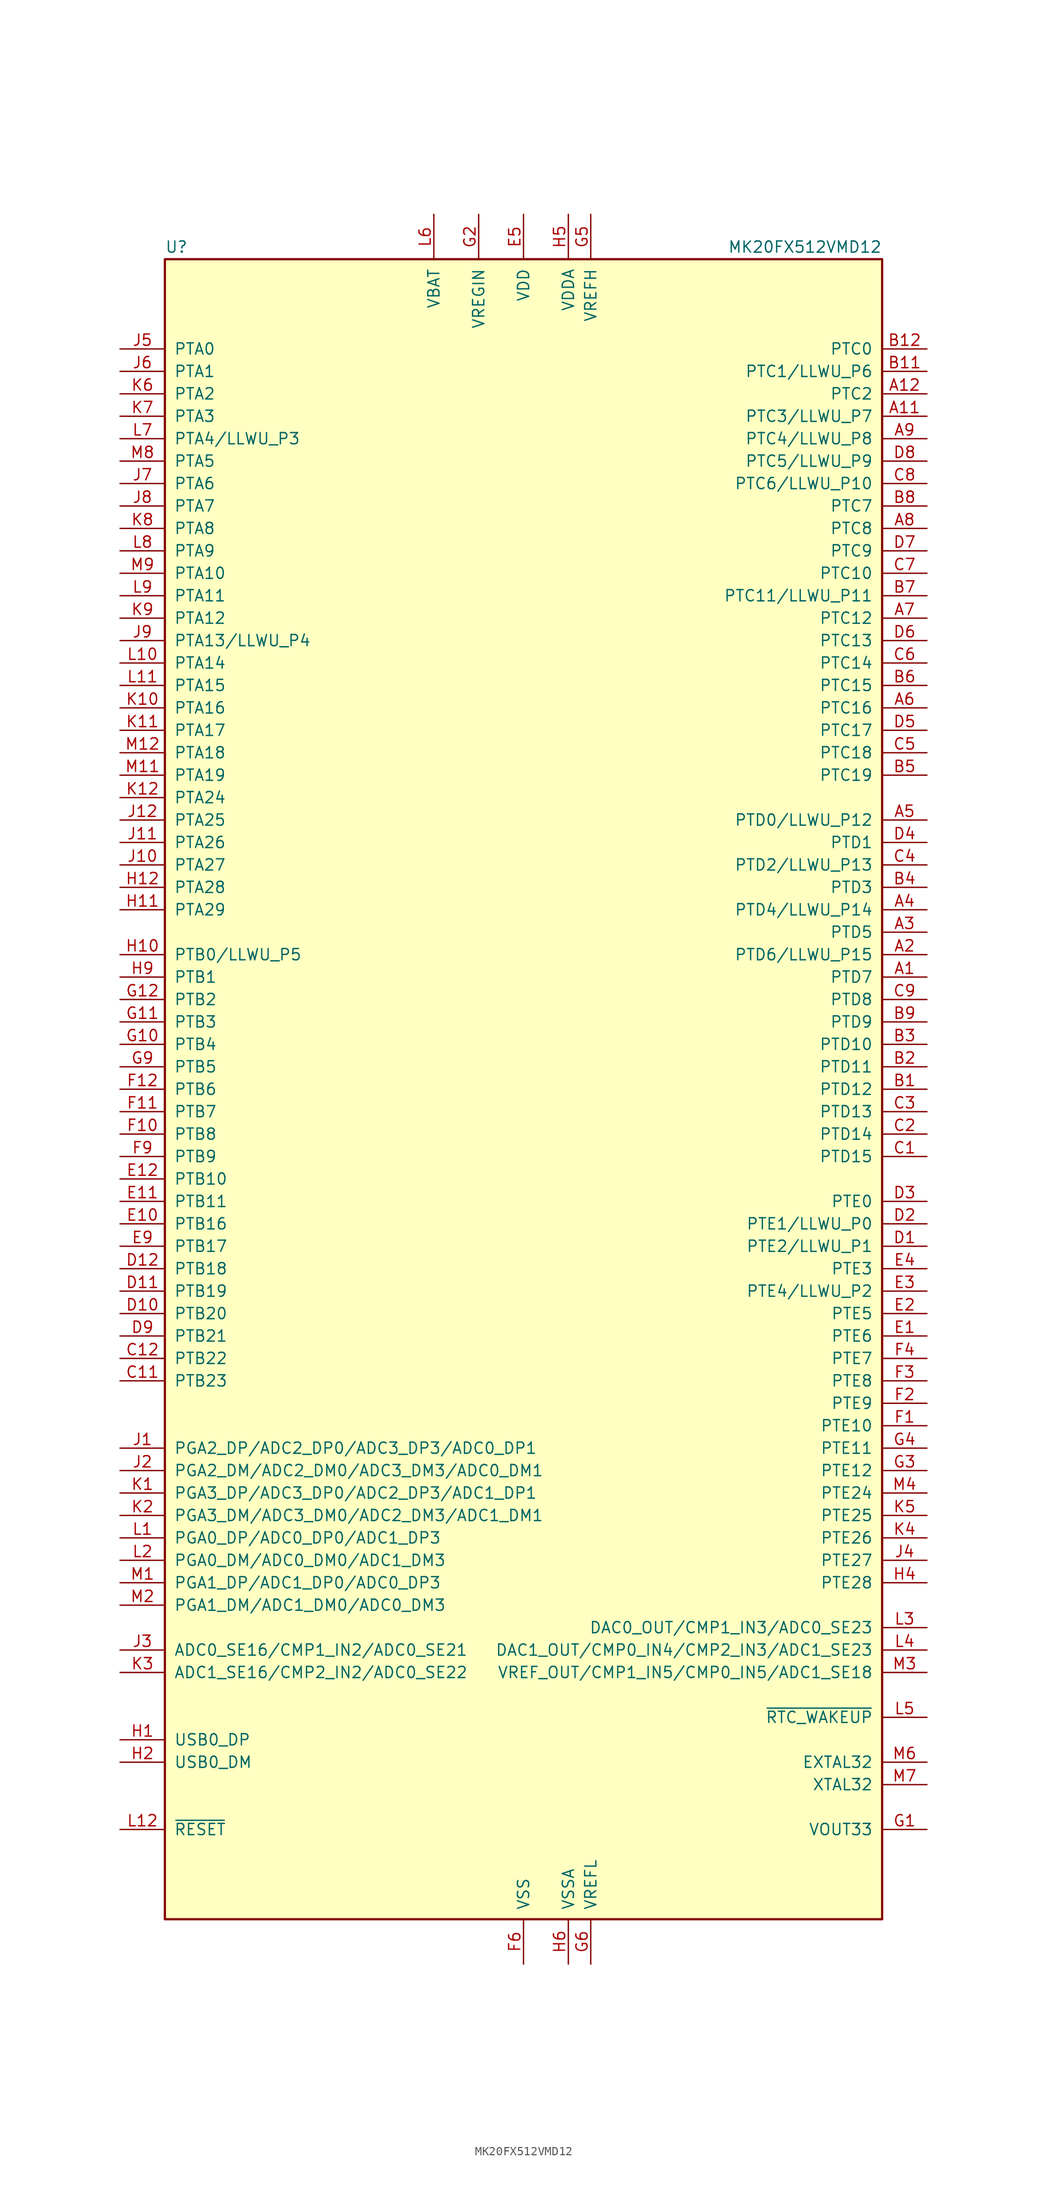
<source format=kicad_sym>
(kicad_symbol_lib
  (version 20211014)
  (generator kicad_symbol_editor)
  (symbol "MK20FX512VMD12"
    (pin_names
      (offset 1.016))
    (property "Reference" "U"
      (at -40.64 94.615 0)
      (effects (font (size 1.27 1.27)) (justify left bottom)))
    (property "Value" "MK20FX512VMD12"
      (at 40.64 94.615 0)
      (effects (font (size 1.27 1.27)) (justify right bottom)))
    (symbol "MK20FX512VMD12_0_1"
      (rectangle (start -40.64 93.98) (end 40.64 -93.98) (stroke (width 0.254) (type default) (color 0 0 0 0)) (fill (type background))))
    (symbol "MK20FX512VMD12_1_1"
      (pin bidirectional line (at 45.72 12.7 180) (length 5.08) (name "PTD7" (effects (font (size 1.27 1.27)))) (number "A1" (effects (font (size 1.27 1.27)))))
      (pin no_connect line (at -12.7 -99.06 90) (length 5.08) hide (name "NC" (effects (font (size 1.27 1.27)))) (number "A10" (effects (font (size 1.27 1.27)))))
      (pin bidirectional line (at 45.72 76.2 180) (length 5.08) (name "PTC3/LLWU_P7" (effects (font (size 1.27 1.27)))) (number "A11" (effects (font (size 1.27 1.27)))))
      (pin bidirectional line (at 45.72 78.74 180) (length 5.08) (name "PTC2" (effects (font (size 1.27 1.27)))) (number "A12" (effects (font (size 1.27 1.27)))))
      (pin bidirectional line (at 45.72 15.24 180) (length 5.08) (name "PTD6/LLWU_P15" (effects (font (size 1.27 1.27)))) (number "A2" (effects (font (size 1.27 1.27)))))
      (pin bidirectional line (at 45.72 17.78 180) (length 5.08) (name "PTD5" (effects (font (size 1.27 1.27)))) (number "A3" (effects (font (size 1.27 1.27)))))
      (pin bidirectional line (at 45.72 20.32 180) (length 5.08) (name "PTD4/LLWU_P14" (effects (font (size 1.27 1.27)))) (number "A4" (effects (font (size 1.27 1.27)))))
      (pin bidirectional line (at 45.72 30.48 180) (length 5.08) (name "PTD0/LLWU_P12" (effects (font (size 1.27 1.27)))) (number "A5" (effects (font (size 1.27 1.27)))))
      (pin bidirectional line (at 45.72 43.18 180) (length 5.08) (name "PTC16" (effects (font (size 1.27 1.27)))) (number "A6" (effects (font (size 1.27 1.27)))))
      (pin bidirectional line (at 45.72 53.34 180) (length 5.08) (name "PTC12" (effects (font (size 1.27 1.27)))) (number "A7" (effects (font (size 1.27 1.27)))))
      (pin bidirectional line (at 45.72 63.5 180) (length 5.08) (name "PTC8" (effects (font (size 1.27 1.27)))) (number "A8" (effects (font (size 1.27 1.27)))))
      (pin bidirectional line (at 45.72 73.66 180) (length 5.08) (name "PTC4/LLWU_P8" (effects (font (size 1.27 1.27)))) (number "A9" (effects (font (size 1.27 1.27)))))
      (pin bidirectional line (at 45.72 0 180) (length 5.08) (name "PTD12" (effects (font (size 1.27 1.27)))) (number "B1" (effects (font (size 1.27 1.27)))))
      (pin no_connect line (at -10.16 -99.06 90) (length 5.08) hide (name "NC" (effects (font (size 1.27 1.27)))) (number "B10" (effects (font (size 1.27 1.27)))))
      (pin bidirectional line (at 45.72 81.28 180) (length 5.08) (name "PTC1/LLWU_P6" (effects (font (size 1.27 1.27)))) (number "B11" (effects (font (size 1.27 1.27)))))
      (pin bidirectional line (at 45.72 83.82 180) (length 5.08) (name "PTC0" (effects (font (size 1.27 1.27)))) (number "B12" (effects (font (size 1.27 1.27)))))
      (pin bidirectional line (at 45.72 2.54 180) (length 5.08) (name "PTD11" (effects (font (size 1.27 1.27)))) (number "B2" (effects (font (size 1.27 1.27)))))
      (pin bidirectional line (at 45.72 5.08 180) (length 5.08) (name "PTD10" (effects (font (size 1.27 1.27)))) (number "B3" (effects (font (size 1.27 1.27)))))
      (pin bidirectional line (at 45.72 22.86 180) (length 5.08) (name "PTD3" (effects (font (size 1.27 1.27)))) (number "B4" (effects (font (size 1.27 1.27)))))
      (pin bidirectional line (at 45.72 35.56 180) (length 5.08) (name "PTC19" (effects (font (size 1.27 1.27)))) (number "B5" (effects (font (size 1.27 1.27)))))
      (pin bidirectional line (at 45.72 45.72 180) (length 5.08) (name "PTC15" (effects (font (size 1.27 1.27)))) (number "B6" (effects (font (size 1.27 1.27)))))
      (pin bidirectional line (at 45.72 55.88 180) (length 5.08) (name "PTC11/LLWU_P11" (effects (font (size 1.27 1.27)))) (number "B7" (effects (font (size 1.27 1.27)))))
      (pin bidirectional line (at 45.72 66.04 180) (length 5.08) (name "PTC7" (effects (font (size 1.27 1.27)))) (number "B8" (effects (font (size 1.27 1.27)))))
      (pin bidirectional line (at 45.72 7.62 180) (length 5.08) (name "PTD9" (effects (font (size 1.27 1.27)))) (number "B9" (effects (font (size 1.27 1.27)))))
      (pin bidirectional line (at 45.72 -7.62 180) (length 5.08) (name "PTD15" (effects (font (size 1.27 1.27)))) (number "C1" (effects (font (size 1.27 1.27)))))
      (pin no_connect line (at -7.62 -99.06 90) (length 5.08) hide (name "NC" (effects (font (size 1.27 1.27)))) (number "C10" (effects (font (size 1.27 1.27)))))
      (pin bidirectional line (at -45.72 -33.02 0) (length 5.08) (name "PTB23" (effects (font (size 1.27 1.27)))) (number "C11" (effects (font (size 1.27 1.27)))))
      (pin bidirectional line (at -45.72 -30.48 0) (length 5.08) (name "PTB22" (effects (font (size 1.27 1.27)))) (number "C12" (effects (font (size 1.27 1.27)))))
      (pin bidirectional line (at 45.72 -5.08 180) (length 5.08) (name "PTD14" (effects (font (size 1.27 1.27)))) (number "C2" (effects (font (size 1.27 1.27)))))
      (pin bidirectional line (at 45.72 -2.54 180) (length 5.08) (name "PTD13" (effects (font (size 1.27 1.27)))) (number "C3" (effects (font (size 1.27 1.27)))))
      (pin bidirectional line (at 45.72 25.4 180) (length 5.08) (name "PTD2/LLWU_P13" (effects (font (size 1.27 1.27)))) (number "C4" (effects (font (size 1.27 1.27)))))
      (pin bidirectional line (at 45.72 38.1 180) (length 5.08) (name "PTC18" (effects (font (size 1.27 1.27)))) (number "C5" (effects (font (size 1.27 1.27)))))
      (pin bidirectional line (at 45.72 48.26 180) (length 5.08) (name "PTC14" (effects (font (size 1.27 1.27)))) (number "C6" (effects (font (size 1.27 1.27)))))
      (pin bidirectional line (at 45.72 58.42 180) (length 5.08) (name "PTC10" (effects (font (size 1.27 1.27)))) (number "C7" (effects (font (size 1.27 1.27)))))
      (pin bidirectional line (at 45.72 68.58 180) (length 5.08) (name "PTC6/LLWU_P10" (effects (font (size 1.27 1.27)))) (number "C8" (effects (font (size 1.27 1.27)))))
      (pin bidirectional line (at 45.72 10.16 180) (length 5.08) (name "PTD8" (effects (font (size 1.27 1.27)))) (number "C9" (effects (font (size 1.27 1.27)))))
      (pin bidirectional line (at 45.72 -17.78 180) (length 5.08) (name "PTE2/LLWU_P1" (effects (font (size 1.27 1.27)))) (number "D1" (effects (font (size 1.27 1.27)))))
      (pin bidirectional line (at -45.72 -25.4 0) (length 5.08) (name "PTB20" (effects (font (size 1.27 1.27)))) (number "D10" (effects (font (size 1.27 1.27)))))
      (pin bidirectional line (at -45.72 -22.86 0) (length 5.08) (name "PTB19" (effects (font (size 1.27 1.27)))) (number "D11" (effects (font (size 1.27 1.27)))))
      (pin bidirectional line (at -45.72 -20.32 0) (length 5.08) (name "PTB18" (effects (font (size 1.27 1.27)))) (number "D12" (effects (font (size 1.27 1.27)))))
      (pin bidirectional line (at 45.72 -15.24 180) (length 5.08) (name "PTE1/LLWU_P0" (effects (font (size 1.27 1.27)))) (number "D2" (effects (font (size 1.27 1.27)))))
      (pin bidirectional line (at 45.72 -12.7 180) (length 5.08) (name "PTE0" (effects (font (size 1.27 1.27)))) (number "D3" (effects (font (size 1.27 1.27)))))
      (pin bidirectional line (at 45.72 27.94 180) (length 5.08) (name "PTD1" (effects (font (size 1.27 1.27)))) (number "D4" (effects (font (size 1.27 1.27)))))
      (pin bidirectional line (at 45.72 40.64 180) (length 5.08) (name "PTC17" (effects (font (size 1.27 1.27)))) (number "D5" (effects (font (size 1.27 1.27)))))
      (pin bidirectional line (at 45.72 50.8 180) (length 5.08) (name "PTC13" (effects (font (size 1.27 1.27)))) (number "D6" (effects (font (size 1.27 1.27)))))
      (pin bidirectional line (at 45.72 60.96 180) (length 5.08) (name "PTC9" (effects (font (size 1.27 1.27)))) (number "D7" (effects (font (size 1.27 1.27)))))
      (pin bidirectional line (at 45.72 71.12 180) (length 5.08) (name "PTC5/LLWU_P9" (effects (font (size 1.27 1.27)))) (number "D8" (effects (font (size 1.27 1.27)))))
      (pin bidirectional line (at -45.72 -27.94 0) (length 5.08) (name "PTB21" (effects (font (size 1.27 1.27)))) (number "D9" (effects (font (size 1.27 1.27)))))
      (pin bidirectional line (at 45.72 -27.94 180) (length 5.08) (name "PTE6" (effects (font (size 1.27 1.27)))) (number "E1" (effects (font (size 1.27 1.27)))))
      (pin bidirectional line (at -45.72 -15.24 0) (length 5.08) (name "PTB16" (effects (font (size 1.27 1.27)))) (number "E10" (effects (font (size 1.27 1.27)))))
      (pin bidirectional line (at -45.72 -12.7 0) (length 5.08) (name "PTB11" (effects (font (size 1.27 1.27)))) (number "E11" (effects (font (size 1.27 1.27)))))
      (pin bidirectional line (at -45.72 -10.16 0) (length 5.08) (name "PTB10" (effects (font (size 1.27 1.27)))) (number "E12" (effects (font (size 1.27 1.27)))))
      (pin bidirectional line (at 45.72 -25.4 180) (length 5.08) (name "PTE5" (effects (font (size 1.27 1.27)))) (number "E2" (effects (font (size 1.27 1.27)))))
      (pin bidirectional line (at 45.72 -22.86 180) (length 5.08) (name "PTE4/LLWU_P2" (effects (font (size 1.27 1.27)))) (number "E3" (effects (font (size 1.27 1.27)))))
      (pin bidirectional line (at 45.72 -20.32 180) (length 5.08) (name "PTE3" (effects (font (size 1.27 1.27)))) (number "E4" (effects (font (size 1.27 1.27)))))
      (pin power_in line (at 0 99.06 270) (length 5.08) (name "VDD" (effects (font (size 1.27 1.27)))) (number "E5" (effects (font (size 1.27 1.27)))))
      (pin passive line (at 0 99.06 270) (length 5.08) hide (name "VDD" (effects (font (size 1.27 1.27)))) (number "E6" (effects (font (size 1.27 1.27)))))
      (pin passive line (at 0 99.06 270) (length 5.08) hide (name "VDD" (effects (font (size 1.27 1.27)))) (number "E7" (effects (font (size 1.27 1.27)))))
      (pin passive line (at 0 99.06 270) (length 5.08) hide (name "VDD" (effects (font (size 1.27 1.27)))) (number "E8" (effects (font (size 1.27 1.27)))))
      (pin bidirectional line (at -45.72 -17.78 0) (length 5.08) (name "PTB17" (effects (font (size 1.27 1.27)))) (number "E9" (effects (font (size 1.27 1.27)))))
      (pin bidirectional line (at 45.72 -38.1 180) (length 5.08) (name "PTE10" (effects (font (size 1.27 1.27)))) (number "F1" (effects (font (size 1.27 1.27)))))
      (pin bidirectional line (at -45.72 -5.08 0) (length 5.08) (name "PTB8" (effects (font (size 1.27 1.27)))) (number "F10" (effects (font (size 1.27 1.27)))))
      (pin bidirectional line (at -45.72 -2.54 0) (length 5.08) (name "PTB7" (effects (font (size 1.27 1.27)))) (number "F11" (effects (font (size 1.27 1.27)))))
      (pin bidirectional line (at -45.72 0 0) (length 5.08) (name "PTB6" (effects (font (size 1.27 1.27)))) (number "F12" (effects (font (size 1.27 1.27)))))
      (pin bidirectional line (at 45.72 -35.56 180) (length 5.08) (name "PTE9" (effects (font (size 1.27 1.27)))) (number "F2" (effects (font (size 1.27 1.27)))))
      (pin bidirectional line (at 45.72 -33.02 180) (length 5.08) (name "PTE8" (effects (font (size 1.27 1.27)))) (number "F3" (effects (font (size 1.27 1.27)))))
      (pin bidirectional line (at 45.72 -30.48 180) (length 5.08) (name "PTE7" (effects (font (size 1.27 1.27)))) (number "F4" (effects (font (size 1.27 1.27)))))
      (pin passive line (at 0 99.06 270) (length 5.08) hide (name "VDD" (effects (font (size 1.27 1.27)))) (number "F5" (effects (font (size 1.27 1.27)))))
      (pin power_in line (at 0 -99.06 90) (length 5.08) (name "VSS" (effects (font (size 1.27 1.27)))) (number "F6" (effects (font (size 1.27 1.27)))))
      (pin passive line (at 0 -99.06 90) (length 5.08) hide (name "VSS" (effects (font (size 1.27 1.27)))) (number "F7" (effects (font (size 1.27 1.27)))))
      (pin passive line (at 0 99.06 270) (length 5.08) hide (name "VDD" (effects (font (size 1.27 1.27)))) (number "F8" (effects (font (size 1.27 1.27)))))
      (pin bidirectional line (at -45.72 -7.62 0) (length 5.08) (name "PTB9" (effects (font (size 1.27 1.27)))) (number "F9" (effects (font (size 1.27 1.27)))))
      (pin power_out line (at 45.72 -83.82 180) (length 5.08) (name "VOUT33" (effects (font (size 1.27 1.27)))) (number "G1" (effects (font (size 1.27 1.27)))))
      (pin bidirectional line (at -45.72 5.08 0) (length 5.08) (name "PTB4" (effects (font (size 1.27 1.27)))) (number "G10" (effects (font (size 1.27 1.27)))))
      (pin bidirectional line (at -45.72 7.62 0) (length 5.08) (name "PTB3" (effects (font (size 1.27 1.27)))) (number "G11" (effects (font (size 1.27 1.27)))))
      (pin bidirectional line (at -45.72 10.16 0) (length 5.08) (name "PTB2" (effects (font (size 1.27 1.27)))) (number "G12" (effects (font (size 1.27 1.27)))))
      (pin power_in line (at -5.08 99.06 270) (length 5.08) (name "VREGIN" (effects (font (size 1.27 1.27)))) (number "G2" (effects (font (size 1.27 1.27)))))
      (pin bidirectional line (at 45.72 -43.18 180) (length 5.08) (name "PTE12" (effects (font (size 1.27 1.27)))) (number "G3" (effects (font (size 1.27 1.27)))))
      (pin bidirectional line (at 45.72 -40.64 180) (length 5.08) (name "PTE11" (effects (font (size 1.27 1.27)))) (number "G4" (effects (font (size 1.27 1.27)))))
      (pin power_in line (at 7.62 99.06 270) (length 5.08) (name "VREFH" (effects (font (size 1.27 1.27)))) (number "G5" (effects (font (size 1.27 1.27)))))
      (pin power_in line (at 7.62 -99.06 90) (length 5.08) (name "VREFL" (effects (font (size 1.27 1.27)))) (number "G6" (effects (font (size 1.27 1.27)))))
      (pin passive line (at 0 -99.06 90) (length 5.08) hide (name "VSS" (effects (font (size 1.27 1.27)))) (number "G7" (effects (font (size 1.27 1.27)))))
      (pin passive line (at 0 -99.06 90) (length 5.08) hide (name "VSS" (effects (font (size 1.27 1.27)))) (number "G8" (effects (font (size 1.27 1.27)))))
      (pin bidirectional line (at -45.72 2.54 0) (length 5.08) (name "PTB5" (effects (font (size 1.27 1.27)))) (number "G9" (effects (font (size 1.27 1.27)))))
      (pin bidirectional line (at -45.72 -73.66 0) (length 5.08) (name "USB0_DP" (effects (font (size 1.27 1.27)))) (number "H1" (effects (font (size 1.27 1.27)))))
      (pin bidirectional line (at -45.72 15.24 0) (length 5.08) (name "PTB0/LLWU_P5" (effects (font (size 1.27 1.27)))) (number "H10" (effects (font (size 1.27 1.27)))))
      (pin bidirectional line (at -45.72 20.32 0) (length 5.08) (name "PTA29" (effects (font (size 1.27 1.27)))) (number "H11" (effects (font (size 1.27 1.27)))))
      (pin bidirectional line (at -45.72 22.86 0) (length 5.08) (name "PTA28" (effects (font (size 1.27 1.27)))) (number "H12" (effects (font (size 1.27 1.27)))))
      (pin bidirectional line (at -45.72 -76.2 0) (length 5.08) (name "USB0_DM" (effects (font (size 1.27 1.27)))) (number "H2" (effects (font (size 1.27 1.27)))))
      (pin passive line (at 0 -99.06 90) (length 5.08) hide (name "VSS" (effects (font (size 1.27 1.27)))) (number "H3" (effects (font (size 1.27 1.27)))))
      (pin bidirectional line (at 45.72 -55.88 180) (length 5.08) (name "PTE28" (effects (font (size 1.27 1.27)))) (number "H4" (effects (font (size 1.27 1.27)))))
      (pin power_in line (at 5.08 99.06 270) (length 5.08) (name "VDDA" (effects (font (size 1.27 1.27)))) (number "H5" (effects (font (size 1.27 1.27)))))
      (pin power_in line (at 5.08 -99.06 90) (length 5.08) (name "VSSA" (effects (font (size 1.27 1.27)))) (number "H6" (effects (font (size 1.27 1.27)))))
      (pin passive line (at 0 -99.06 90) (length 5.08) hide (name "VSS" (effects (font (size 1.27 1.27)))) (number "H7" (effects (font (size 1.27 1.27)))))
      (pin passive line (at 0 -99.06 90) (length 5.08) hide (name "VSS" (effects (font (size 1.27 1.27)))) (number "H8" (effects (font (size 1.27 1.27)))))
      (pin bidirectional line (at -45.72 12.7 0) (length 5.08) (name "PTB1" (effects (font (size 1.27 1.27)))) (number "H9" (effects (font (size 1.27 1.27)))))
      (pin input line (at -45.72 -40.64 0) (length 5.08) (name "PGA2_DP/ADC2_DP0/ADC3_DP3/ADC0_DP1" (effects (font (size 1.27 1.27)))) (number "J1" (effects (font (size 1.27 1.27)))))
      (pin bidirectional line (at -45.72 25.4 0) (length 5.08) (name "PTA27" (effects (font (size 1.27 1.27)))) (number "J10" (effects (font (size 1.27 1.27)))))
      (pin bidirectional line (at -45.72 27.94 0) (length 5.08) (name "PTA26" (effects (font (size 1.27 1.27)))) (number "J11" (effects (font (size 1.27 1.27)))))
      (pin bidirectional line (at -45.72 30.48 0) (length 5.08) (name "PTA25" (effects (font (size 1.27 1.27)))) (number "J12" (effects (font (size 1.27 1.27)))))
      (pin input line (at -45.72 -43.18 0) (length 5.08) (name "PGA2_DM/ADC2_DM0/ADC3_DM3/ADC0_DM1" (effects (font (size 1.27 1.27)))) (number "J2" (effects (font (size 1.27 1.27)))))
      (pin input line (at -45.72 -63.5 0) (length 5.08) (name "ADC0_SE16/CMP1_IN2/ADC0_SE21" (effects (font (size 1.27 1.27)))) (number "J3" (effects (font (size 1.27 1.27)))))
      (pin bidirectional line (at 45.72 -53.34 180) (length 5.08) (name "PTE27" (effects (font (size 1.27 1.27)))) (number "J4" (effects (font (size 1.27 1.27)))))
      (pin bidirectional line (at -45.72 83.82 0) (length 5.08) (name "PTA0" (effects (font (size 1.27 1.27)))) (number "J5" (effects (font (size 1.27 1.27)))))
      (pin bidirectional line (at -45.72 81.28 0) (length 5.08) (name "PTA1" (effects (font (size 1.27 1.27)))) (number "J6" (effects (font (size 1.27 1.27)))))
      (pin bidirectional line (at -45.72 68.58 0) (length 5.08) (name "PTA6" (effects (font (size 1.27 1.27)))) (number "J7" (effects (font (size 1.27 1.27)))))
      (pin bidirectional line (at -45.72 66.04 0) (length 5.08) (name "PTA7" (effects (font (size 1.27 1.27)))) (number "J8" (effects (font (size 1.27 1.27)))))
      (pin bidirectional line (at -45.72 50.8 0) (length 5.08) (name "PTA13/LLWU_P4" (effects (font (size 1.27 1.27)))) (number "J9" (effects (font (size 1.27 1.27)))))
      (pin input line (at -45.72 -45.72 0) (length 5.08) (name "PGA3_DP/ADC3_DP0/ADC2_DP3/ADC1_DP1" (effects (font (size 1.27 1.27)))) (number "K1" (effects (font (size 1.27 1.27)))))
      (pin bidirectional line (at -45.72 43.18 0) (length 5.08) (name "PTA16" (effects (font (size 1.27 1.27)))) (number "K10" (effects (font (size 1.27 1.27)))))
      (pin bidirectional line (at -45.72 40.64 0) (length 5.08) (name "PTA17" (effects (font (size 1.27 1.27)))) (number "K11" (effects (font (size 1.27 1.27)))))
      (pin bidirectional line (at -45.72 33.02 0) (length 5.08) (name "PTA24" (effects (font (size 1.27 1.27)))) (number "K12" (effects (font (size 1.27 1.27)))))
      (pin input line (at -45.72 -48.26 0) (length 5.08) (name "PGA3_DM/ADC3_DM0/ADC2_DM3/ADC1_DM1" (effects (font (size 1.27 1.27)))) (number "K2" (effects (font (size 1.27 1.27)))))
      (pin input line (at -45.72 -66.04 0) (length 5.08) (name "ADC1_SE16/CMP2_IN2/ADC0_SE22" (effects (font (size 1.27 1.27)))) (number "K3" (effects (font (size 1.27 1.27)))))
      (pin bidirectional line (at 45.72 -50.8 180) (length 5.08) (name "PTE26" (effects (font (size 1.27 1.27)))) (number "K4" (effects (font (size 1.27 1.27)))))
      (pin bidirectional line (at 45.72 -48.26 180) (length 5.08) (name "PTE25" (effects (font (size 1.27 1.27)))) (number "K5" (effects (font (size 1.27 1.27)))))
      (pin bidirectional line (at -45.72 78.74 0) (length 5.08) (name "PTA2" (effects (font (size 1.27 1.27)))) (number "K6" (effects (font (size 1.27 1.27)))))
      (pin bidirectional line (at -45.72 76.2 0) (length 5.08) (name "PTA3" (effects (font (size 1.27 1.27)))) (number "K7" (effects (font (size 1.27 1.27)))))
      (pin bidirectional line (at -45.72 63.5 0) (length 5.08) (name "PTA8" (effects (font (size 1.27 1.27)))) (number "K8" (effects (font (size 1.27 1.27)))))
      (pin bidirectional line (at -45.72 53.34 0) (length 5.08) (name "PTA12" (effects (font (size 1.27 1.27)))) (number "K9" (effects (font (size 1.27 1.27)))))
      (pin input line (at -45.72 -50.8 0) (length 5.08) (name "PGA0_DP/ADC0_DP0/ADC1_DP3" (effects (font (size 1.27 1.27)))) (number "L1" (effects (font (size 1.27 1.27)))))
      (pin bidirectional line (at -45.72 48.26 0) (length 5.08) (name "PTA14" (effects (font (size 1.27 1.27)))) (number "L10" (effects (font (size 1.27 1.27)))))
      (pin bidirectional line (at -45.72 45.72 0) (length 5.08) (name "PTA15" (effects (font (size 1.27 1.27)))) (number "L11" (effects (font (size 1.27 1.27)))))
      (pin bidirectional line (at -45.72 -83.82 0) (length 5.08) (name "~{RESET}" (effects (font (size 1.27 1.27)))) (number "L12" (effects (font (size 1.27 1.27)))))
      (pin input line (at -45.72 -53.34 0) (length 5.08) (name "PGA0_DM/ADC0_DM0/ADC1_DM3" (effects (font (size 1.27 1.27)))) (number "L2" (effects (font (size 1.27 1.27)))))
      (pin bidirectional line (at 45.72 -60.96 180) (length 5.08) (name "DAC0_OUT/CMP1_IN3/ADC0_SE23" (effects (font (size 1.27 1.27)))) (number "L3" (effects (font (size 1.27 1.27)))))
      (pin bidirectional line (at 45.72 -63.5 180) (length 5.08) (name "DAC1_OUT/CMP0_IN4/CMP2_IN3/ADC1_SE23" (effects (font (size 1.27 1.27)))) (number "L4" (effects (font (size 1.27 1.27)))))
      (pin output line (at 45.72 -71.12 180) (length 5.08) (name "~{RTC_WAKEUP}" (effects (font (size 1.27 1.27)))) (number "L5" (effects (font (size 1.27 1.27)))))
      (pin power_in line (at -10.16 99.06 270) (length 5.08) (name "VBAT" (effects (font (size 1.27 1.27)))) (number "L6" (effects (font (size 1.27 1.27)))))
      (pin bidirectional line (at -45.72 73.66 0) (length 5.08) (name "PTA4/LLWU_P3" (effects (font (size 1.27 1.27)))) (number "L7" (effects (font (size 1.27 1.27)))))
      (pin bidirectional line (at -45.72 60.96 0) (length 5.08) (name "PTA9" (effects (font (size 1.27 1.27)))) (number "L8" (effects (font (size 1.27 1.27)))))
      (pin bidirectional line (at -45.72 55.88 0) (length 5.08) (name "PTA11" (effects (font (size 1.27 1.27)))) (number "L9" (effects (font (size 1.27 1.27)))))
      (pin input line (at -45.72 -55.88 0) (length 5.08) (name "PGA1_DP/ADC1_DP0/ADC0_DP3" (effects (font (size 1.27 1.27)))) (number "M1" (effects (font (size 1.27 1.27)))))
      (pin passive line (at 0 -99.06 90) (length 5.08) hide (name "VSS" (effects (font (size 1.27 1.27)))) (number "M10" (effects (font (size 1.27 1.27)))))
      (pin bidirectional line (at -45.72 35.56 0) (length 5.08) (name "PTA19" (effects (font (size 1.27 1.27)))) (number "M11" (effects (font (size 1.27 1.27)))))
      (pin bidirectional line (at -45.72 38.1 0) (length 5.08) (name "PTA18" (effects (font (size 1.27 1.27)))) (number "M12" (effects (font (size 1.27 1.27)))))
      (pin input line (at -45.72 -58.42 0) (length 5.08) (name "PGA1_DM/ADC1_DM0/ADC0_DM3" (effects (font (size 1.27 1.27)))) (number "M2" (effects (font (size 1.27 1.27)))))
      (pin bidirectional line (at 45.72 -66.04 180) (length 5.08) (name "VREF_OUT/CMP1_IN5/CMP0_IN5/ADC1_SE18" (effects (font (size 1.27 1.27)))) (number "M3" (effects (font (size 1.27 1.27)))))
      (pin bidirectional line (at 45.72 -45.72 180) (length 5.08) (name "PTE24" (effects (font (size 1.27 1.27)))) (number "M4" (effects (font (size 1.27 1.27)))))
      (pin no_connect line (at -5.08 -99.06 90) (length 5.08) hide (name "NC" (effects (font (size 1.27 1.27)))) (number "M5" (effects (font (size 1.27 1.27)))))
      (pin input line (at 45.72 -76.2 180) (length 5.08) (name "EXTAL32" (effects (font (size 1.27 1.27)))) (number "M6" (effects (font (size 1.27 1.27)))))
      (pin output line (at 45.72 -78.74 180) (length 5.08) (name "XTAL32" (effects (font (size 1.27 1.27)))) (number "M7" (effects (font (size 1.27 1.27)))))
      (pin bidirectional line (at -45.72 71.12 0) (length 5.08) (name "PTA5" (effects (font (size 1.27 1.27)))) (number "M8" (effects (font (size 1.27 1.27)))))
      (pin bidirectional line (at -45.72 58.42 0) (length 5.08) (name "PTA10" (effects (font (size 1.27 1.27)))) (number "M9" (effects (font (size 1.27 1.27))))))))
</source>
